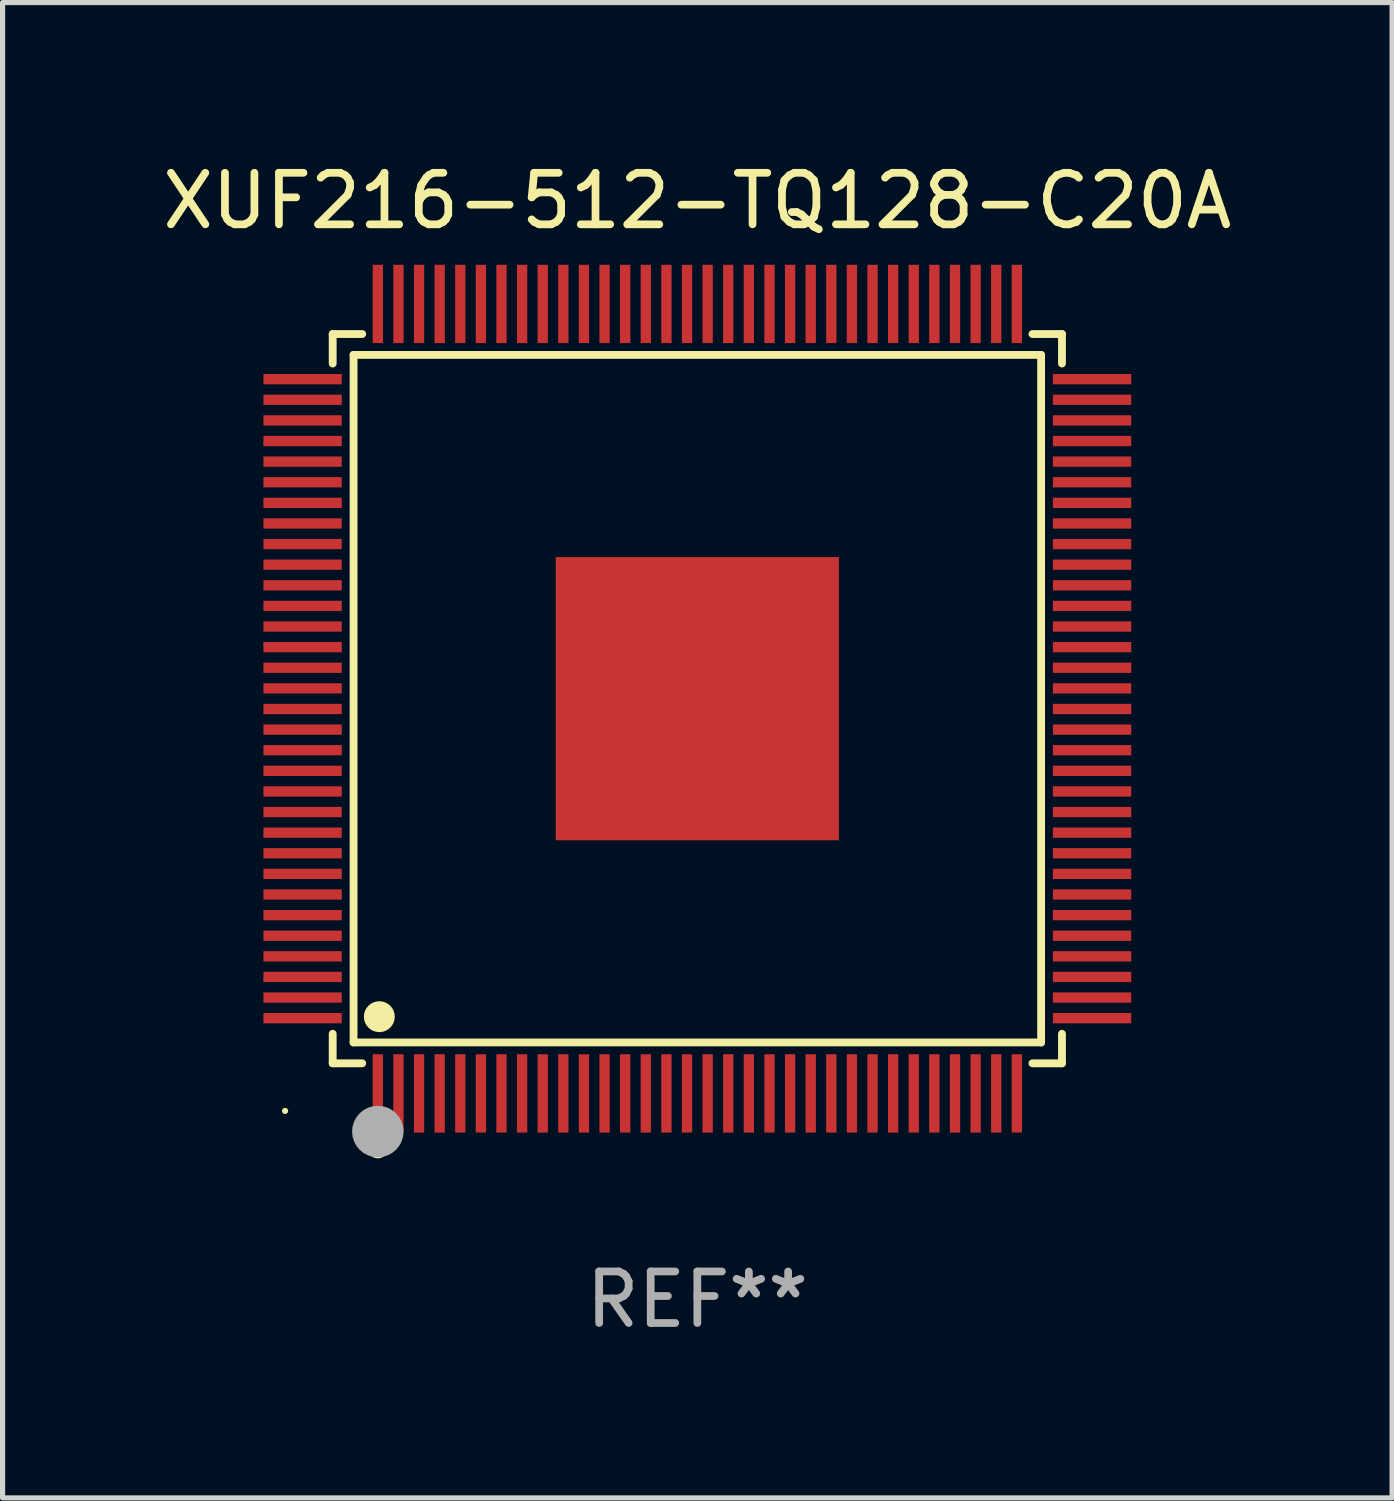
<source format=kicad_pcb>
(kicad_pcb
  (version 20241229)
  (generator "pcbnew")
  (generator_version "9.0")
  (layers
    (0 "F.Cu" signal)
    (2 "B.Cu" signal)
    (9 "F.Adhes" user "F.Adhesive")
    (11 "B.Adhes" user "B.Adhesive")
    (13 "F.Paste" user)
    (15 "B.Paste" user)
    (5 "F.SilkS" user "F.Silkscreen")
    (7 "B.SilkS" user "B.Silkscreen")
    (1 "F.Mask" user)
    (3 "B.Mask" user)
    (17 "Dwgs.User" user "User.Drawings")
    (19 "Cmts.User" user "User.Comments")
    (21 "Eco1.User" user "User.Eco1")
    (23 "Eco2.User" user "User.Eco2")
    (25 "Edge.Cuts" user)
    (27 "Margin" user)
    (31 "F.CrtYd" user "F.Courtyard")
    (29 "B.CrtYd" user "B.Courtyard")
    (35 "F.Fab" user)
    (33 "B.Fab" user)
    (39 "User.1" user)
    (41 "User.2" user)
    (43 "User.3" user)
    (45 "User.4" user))
  (footprint "XUF216-512-TQ128-C20A"
    (layer "F.Cu")
    (at 10.482 10.508)
    (property "Reference" "XUF216-512-TQ128-C20A" (at 0 -9.66 0) (layer "F.SilkS") (effects (font (size 1 1) (thickness 0.15))))
    (attr through_hole)
    (fp_line (start -7.076 -7.076) (end -6.503 -7.076) (stroke (width 0.152) (type solid)) (layer "F.SilkS"))
    (fp_line (start -7.076 -6.503) (end -7.076 -7.076) (stroke (width 0.152) (type solid)) (layer "F.SilkS"))
    (fp_line (start -7.076 6.503) (end -7.076 7.076) (stroke (width 0.152) (type solid)) (layer "F.SilkS"))
    (fp_line (start -7.076 7.076) (end -6.503 7.076) (stroke (width 0.152) (type solid)) (layer "F.SilkS"))
    (fp_line (start -6.671 -6.671) (end 6.671 -6.671) (stroke (width 0.152) (type solid)) (layer "F.SilkS"))
    (fp_line (start -6.671 6.671) (end -6.671 -6.671) (stroke (width 0.152) (type solid)) (layer "F.SilkS"))
    (fp_line (start 6.671 -6.671) (end 6.671 6.671) (stroke (width 0.152) (type solid)) (layer "F.SilkS"))
    (fp_line (start 6.671 6.671) (end -6.671 6.671) (stroke (width 0.152) (type solid)) (layer "F.SilkS"))
    (fp_line (start 7.076 -7.076) (end 6.503 -7.076) (stroke (width 0.152) (type solid)) (layer "F.SilkS"))
    (fp_line (start 7.076 -6.503) (end 7.076 -7.076) (stroke (width 0.152) (type solid)) (layer "F.SilkS"))
    (fp_line (start 7.076 6.503) (end 7.076 7.076) (stroke (width 0.152) (type solid)) (layer "F.SilkS"))
    (fp_line (start 7.076 7.076) (end 6.503 7.076) (stroke (width 0.152) (type solid)) (layer "F.SilkS"))
    (fp_circle (center -8 8) (end -7.97 8) (stroke (width 0.06) (type solid)) (fill no) (layer "F.SilkS"))
    (fp_circle (center -6.2 8.72) (end -6.1 8.72) (stroke (width 0.2) (type solid)) (fill no) (layer "F.SilkS"))
    (fp_circle (center -6.171 6.171) (end -6.021 6.171) (stroke (width 0.3) (type solid)) (fill no) (layer "F.SilkS"))
    (fp_circle (center -6.2 8.4) (end -5.95 8.4) (stroke (width 0.5) (type solid)) (fill no) (layer "F.Fab"))
    (fp_text user "REF**" (at 0 11.66 0) (layer "F.Fab") (effects (font (size 1 1) (thickness 0.15))))
    (pad "1" smd rect (at -6.2 7.66) (size 0.2 1.52) (layers "F.Cu" "F.Mask" "F.Paste"))
    (pad "2" smd rect (at -5.8 7.66) (size 0.2 1.52) (layers "F.Cu" "F.Mask" "F.Paste"))
    (pad "3" smd rect (at -5.4 7.66) (size 0.2 1.52) (layers "F.Cu" "F.Mask" "F.Paste"))
    (pad "4" smd rect (at -5 7.66) (size 0.2 1.52) (layers "F.Cu" "F.Mask" "F.Paste"))
    (pad "5" smd rect (at -4.6 7.66) (size 0.2 1.52) (layers "F.Cu" "F.Mask" "F.Paste"))
    (pad "6" smd rect (at -4.2 7.66) (size 0.2 1.52) (layers "F.Cu" "F.Mask" "F.Paste"))
    (pad "7" smd rect (at -3.8 7.66) (size 0.2 1.52) (layers "F.Cu" "F.Mask" "F.Paste"))
    (pad "8" smd rect (at -3.4 7.66) (size 0.2 1.52) (layers "F.Cu" "F.Mask" "F.Paste"))
    (pad "9" smd rect (at -3 7.66) (size 0.2 1.52) (layers "F.Cu" "F.Mask" "F.Paste"))
    (pad "10" smd rect (at -2.6 7.66) (size 0.2 1.52) (layers "F.Cu" "F.Mask" "F.Paste"))
    (pad "11" smd rect (at -2.2 7.66) (size 0.2 1.52) (layers "F.Cu" "F.Mask" "F.Paste"))
    (pad "12" smd rect (at -1.8 7.66) (size 0.2 1.52) (layers "F.Cu" "F.Mask" "F.Paste"))
    (pad "13" smd rect (at -1.4 7.66) (size 0.2 1.52) (layers "F.Cu" "F.Mask" "F.Paste"))
    (pad "14" smd rect (at -1 7.66) (size 0.2 1.52) (layers "F.Cu" "F.Mask" "F.Paste"))
    (pad "15" smd rect (at -0.6 7.66) (size 0.2 1.52) (layers "F.Cu" "F.Mask" "F.Paste"))
    (pad "16" smd rect (at -0.2 7.66) (size 0.2 1.52) (layers "F.Cu" "F.Mask" "F.Paste"))
    (pad "17" smd rect (at 0.2 7.66) (size 0.2 1.52) (layers "F.Cu" "F.Mask" "F.Paste"))
    (pad "18" smd rect (at 0.6 7.66) (size 0.2 1.52) (layers "F.Cu" "F.Mask" "F.Paste"))
    (pad "19" smd rect (at 1 7.66) (size 0.2 1.52) (layers "F.Cu" "F.Mask" "F.Paste"))
    (pad "20" smd rect (at 1.4 7.66) (size 0.2 1.52) (layers "F.Cu" "F.Mask" "F.Paste"))
    (pad "21" smd rect (at 1.8 7.66) (size 0.2 1.52) (layers "F.Cu" "F.Mask" "F.Paste"))
    (pad "22" smd rect (at 2.2 7.66) (size 0.2 1.52) (layers "F.Cu" "F.Mask" "F.Paste"))
    (pad "23" smd rect (at 2.6 7.66) (size 0.2 1.52) (layers "F.Cu" "F.Mask" "F.Paste"))
    (pad "24" smd rect (at 3 7.66) (size 0.2 1.52) (layers "F.Cu" "F.Mask" "F.Paste"))
    (pad "25" smd rect (at 3.4 7.66) (size 0.2 1.52) (layers "F.Cu" "F.Mask" "F.Paste"))
    (pad "26" smd rect (at 3.8 7.66) (size 0.2 1.52) (layers "F.Cu" "F.Mask" "F.Paste"))
    (pad "27" smd rect (at 4.2 7.66) (size 0.2 1.52) (layers "F.Cu" "F.Mask" "F.Paste"))
    (pad "28" smd rect (at 4.6 7.66) (size 0.2 1.52) (layers "F.Cu" "F.Mask" "F.Paste"))
    (pad "29" smd rect (at 5 7.66) (size 0.2 1.52) (layers "F.Cu" "F.Mask" "F.Paste"))
    (pad "30" smd rect (at 5.4 7.66) (size 0.2 1.52) (layers "F.Cu" "F.Mask" "F.Paste"))
    (pad "31" smd rect (at 5.8 7.66) (size 0.2 1.52) (layers "F.Cu" "F.Mask" "F.Paste"))
    (pad "32" smd rect (at 6.2 7.66) (size 0.2 1.52) (layers "F.Cu" "F.Mask" "F.Paste"))
    (pad "33" smd rect (at 7.66 6.2) (size 1.52 0.2) (layers "F.Cu" "F.Mask" "F.Paste"))
    (pad "34" smd rect (at 7.66 5.8) (size 1.52 0.2) (layers "F.Cu" "F.Mask" "F.Paste"))
    (pad "35" smd rect (at 7.66 5.4) (size 1.52 0.2) (layers "F.Cu" "F.Mask" "F.Paste"))
    (pad "36" smd rect (at 7.66 5) (size 1.52 0.2) (layers "F.Cu" "F.Mask" "F.Paste"))
    (pad "37" smd rect (at 7.66 4.6) (size 1.52 0.2) (layers "F.Cu" "F.Mask" "F.Paste"))
    (pad "38" smd rect (at 7.66 4.2) (size 1.52 0.2) (layers "F.Cu" "F.Mask" "F.Paste"))
    (pad "39" smd rect (at 7.66 3.8) (size 1.52 0.2) (layers "F.Cu" "F.Mask" "F.Paste"))
    (pad "40" smd rect (at 7.66 3.4) (size 1.52 0.2) (layers "F.Cu" "F.Mask" "F.Paste"))
    (pad "41" smd rect (at 7.66 3) (size 1.52 0.2) (layers "F.Cu" "F.Mask" "F.Paste"))
    (pad "42" smd rect (at 7.66 2.6) (size 1.52 0.2) (layers "F.Cu" "F.Mask" "F.Paste"))
    (pad "43" smd rect (at 7.66 2.2) (size 1.52 0.2) (layers "F.Cu" "F.Mask" "F.Paste"))
    (pad "44" smd rect (at 7.66 1.8) (size 1.52 0.2) (layers "F.Cu" "F.Mask" "F.Paste"))
    (pad "45" smd rect (at 7.66 1.4) (size 1.52 0.2) (layers "F.Cu" "F.Mask" "F.Paste"))
    (pad "46" smd rect (at 7.66 1) (size 1.52 0.2) (layers "F.Cu" "F.Mask" "F.Paste"))
    (pad "47" smd rect (at 7.66 0.6) (size 1.52 0.2) (layers "F.Cu" "F.Mask" "F.Paste"))
    (pad "48" smd rect (at 7.66 0.2) (size 1.52 0.2) (layers "F.Cu" "F.Mask" "F.Paste"))
    (pad "49" smd rect (at 7.66 -0.2) (size 1.52 0.2) (layers "F.Cu" "F.Mask" "F.Paste"))
    (pad "50" smd rect (at 7.66 -0.6) (size 1.52 0.2) (layers "F.Cu" "F.Mask" "F.Paste"))
    (pad "51" smd rect (at 7.66 -1) (size 1.52 0.2) (layers "F.Cu" "F.Mask" "F.Paste"))
    (pad "52" smd rect (at 7.66 -1.4) (size 1.52 0.2) (layers "F.Cu" "F.Mask" "F.Paste"))
    (pad "53" smd rect (at 7.66 -1.8) (size 1.52 0.2) (layers "F.Cu" "F.Mask" "F.Paste"))
    (pad "54" smd rect (at 7.66 -2.2) (size 1.52 0.2) (layers "F.Cu" "F.Mask" "F.Paste"))
    (pad "55" smd rect (at 7.66 -2.6) (size 1.52 0.2) (layers "F.Cu" "F.Mask" "F.Paste"))
    (pad "56" smd rect (at 7.66 -3) (size 1.52 0.2) (layers "F.Cu" "F.Mask" "F.Paste"))
    (pad "57" smd rect (at 7.66 -3.4) (size 1.52 0.2) (layers "F.Cu" "F.Mask" "F.Paste"))
    (pad "58" smd rect (at 7.66 -3.8) (size 1.52 0.2) (layers "F.Cu" "F.Mask" "F.Paste"))
    (pad "59" smd rect (at 7.66 -4.2) (size 1.52 0.2) (layers "F.Cu" "F.Mask" "F.Paste"))
    (pad "60" smd rect (at 7.66 -4.6) (size 1.52 0.2) (layers "F.Cu" "F.Mask" "F.Paste"))
    (pad "61" smd rect (at 7.66 -5) (size 1.52 0.2) (layers "F.Cu" "F.Mask" "F.Paste"))
    (pad "62" smd rect (at 7.66 -5.4) (size 1.52 0.2) (layers "F.Cu" "F.Mask" "F.Paste"))
    (pad "63" smd rect (at 7.66 -5.8) (size 1.52 0.2) (layers "F.Cu" "F.Mask" "F.Paste"))
    (pad "64" smd rect (at 7.66 -6.2) (size 1.52 0.2) (layers "F.Cu" "F.Mask" "F.Paste"))
    (pad "65" smd rect (at 6.2 -7.66) (size 0.2 1.52) (layers "F.Cu" "F.Mask" "F.Paste"))
    (pad "66" smd rect (at 5.8 -7.66) (size 0.2 1.52) (layers "F.Cu" "F.Mask" "F.Paste"))
    (pad "67" smd rect (at 5.4 -7.66) (size 0.2 1.52) (layers "F.Cu" "F.Mask" "F.Paste"))
    (pad "68" smd rect (at 5 -7.66) (size 0.2 1.52) (layers "F.Cu" "F.Mask" "F.Paste"))
    (pad "69" smd rect (at 4.6 -7.66) (size 0.2 1.52) (layers "F.Cu" "F.Mask" "F.Paste"))
    (pad "70" smd rect (at 4.2 -7.66) (size 0.2 1.52) (layers "F.Cu" "F.Mask" "F.Paste"))
    (pad "71" smd rect (at 3.8 -7.66) (size 0.2 1.52) (layers "F.Cu" "F.Mask" "F.Paste"))
    (pad "72" smd rect (at 3.4 -7.66) (size 0.2 1.52) (layers "F.Cu" "F.Mask" "F.Paste"))
    (pad "73" smd rect (at 3 -7.66) (size 0.2 1.52) (layers "F.Cu" "F.Mask" "F.Paste"))
    (pad "74" smd rect (at 2.6 -7.66) (size 0.2 1.52) (layers "F.Cu" "F.Mask" "F.Paste"))
    (pad "75" smd rect (at 2.2 -7.66) (size 0.2 1.52) (layers "F.Cu" "F.Mask" "F.Paste"))
    (pad "76" smd rect (at 1.8 -7.66) (size 0.2 1.52) (layers "F.Cu" "F.Mask" "F.Paste"))
    (pad "77" smd rect (at 1.4 -7.66) (size 0.2 1.52) (layers "F.Cu" "F.Mask" "F.Paste"))
    (pad "78" smd rect (at 1 -7.66) (size 0.2 1.52) (layers "F.Cu" "F.Mask" "F.Paste"))
    (pad "79" smd rect (at 0.6 -7.66) (size 0.2 1.52) (layers "F.Cu" "F.Mask" "F.Paste"))
    (pad "80" smd rect (at 0.2 -7.66) (size 0.2 1.52) (layers "F.Cu" "F.Mask" "F.Paste"))
    (pad "81" smd rect (at -0.2 -7.66) (size 0.2 1.52) (layers "F.Cu" "F.Mask" "F.Paste"))
    (pad "82" smd rect (at -0.6 -7.66) (size 0.2 1.52) (layers "F.Cu" "F.Mask" "F.Paste"))
    (pad "83" smd rect (at -1 -7.66) (size 0.2 1.52) (layers "F.Cu" "F.Mask" "F.Paste"))
    (pad "84" smd rect (at -1.4 -7.66) (size 0.2 1.52) (layers "F.Cu" "F.Mask" "F.Paste"))
    (pad "85" smd rect (at -1.8 -7.66) (size 0.2 1.52) (layers "F.Cu" "F.Mask" "F.Paste"))
    (pad "86" smd rect (at -2.2 -7.66) (size 0.2 1.52) (layers "F.Cu" "F.Mask" "F.Paste"))
    (pad "87" smd rect (at -2.6 -7.66) (size 0.2 1.52) (layers "F.Cu" "F.Mask" "F.Paste"))
    (pad "88" smd rect (at -3 -7.66) (size 0.2 1.52) (layers "F.Cu" "F.Mask" "F.Paste"))
    (pad "89" smd rect (at -3.4 -7.66) (size 0.2 1.52) (layers "F.Cu" "F.Mask" "F.Paste"))
    (pad "90" smd rect (at -3.8 -7.66) (size 0.2 1.52) (layers "F.Cu" "F.Mask" "F.Paste"))
    (pad "91" smd rect (at -4.2 -7.66) (size 0.2 1.52) (layers "F.Cu" "F.Mask" "F.Paste"))
    (pad "92" smd rect (at -4.6 -7.66) (size 0.2 1.52) (layers "F.Cu" "F.Mask" "F.Paste"))
    (pad "93" smd rect (at -5 -7.66) (size 0.2 1.52) (layers "F.Cu" "F.Mask" "F.Paste"))
    (pad "94" smd rect (at -5.4 -7.66) (size 0.2 1.52) (layers "F.Cu" "F.Mask" "F.Paste"))
    (pad "95" smd rect (at -5.8 -7.66) (size 0.2 1.52) (layers "F.Cu" "F.Mask" "F.Paste"))
    (pad "96" smd rect (at -6.2 -7.66) (size 0.2 1.52) (layers "F.Cu" "F.Mask" "F.Paste"))
    (pad "97" smd rect (at -7.66 -6.2) (size 1.52 0.2) (layers "F.Cu" "F.Mask" "F.Paste"))
    (pad "98" smd rect (at -7.66 -5.8) (size 1.52 0.2) (layers "F.Cu" "F.Mask" "F.Paste"))
    (pad "99" smd rect (at -7.66 -5.4) (size 1.52 0.2) (layers "F.Cu" "F.Mask" "F.Paste"))
    (pad "100" smd rect (at -7.66 -5) (size 1.52 0.2) (layers "F.Cu" "F.Mask" "F.Paste"))
    (pad "101" smd rect (at -7.66 -4.6) (size 1.52 0.2) (layers "F.Cu" "F.Mask" "F.Paste"))
    (pad "102" smd rect (at -7.66 -4.2) (size 1.52 0.2) (layers "F.Cu" "F.Mask" "F.Paste"))
    (pad "103" smd rect (at -7.66 -3.8) (size 1.52 0.2) (layers "F.Cu" "F.Mask" "F.Paste"))
    (pad "104" smd rect (at -7.66 -3.4) (size 1.52 0.2) (layers "F.Cu" "F.Mask" "F.Paste"))
    (pad "105" smd rect (at -7.66 -3) (size 1.52 0.2) (layers "F.Cu" "F.Mask" "F.Paste"))
    (pad "106" smd rect (at -7.66 -2.6) (size 1.52 0.2) (layers "F.Cu" "F.Mask" "F.Paste"))
    (pad "107" smd rect (at -7.66 -2.2) (size 1.52 0.2) (layers "F.Cu" "F.Mask" "F.Paste"))
    (pad "108" smd rect (at -7.66 -1.8) (size 1.52 0.2) (layers "F.Cu" "F.Mask" "F.Paste"))
    (pad "109" smd rect (at -7.66 -1.4) (size 1.52 0.2) (layers "F.Cu" "F.Mask" "F.Paste"))
    (pad "110" smd rect (at -7.66 -1) (size 1.52 0.2) (layers "F.Cu" "F.Mask" "F.Paste"))
    (pad "111" smd rect (at -7.66 -0.6) (size 1.52 0.2) (layers "F.Cu" "F.Mask" "F.Paste"))
    (pad "112" smd rect (at -7.66 -0.2) (size 1.52 0.2) (layers "F.Cu" "F.Mask" "F.Paste"))
    (pad "113" smd rect (at -7.66 0.2) (size 1.52 0.2) (layers "F.Cu" "F.Mask" "F.Paste"))
    (pad "114" smd rect (at -7.66 0.6) (size 1.52 0.2) (layers "F.Cu" "F.Mask" "F.Paste"))
    (pad "115" smd rect (at -7.66 1) (size 1.52 0.2) (layers "F.Cu" "F.Mask" "F.Paste"))
    (pad "116" smd rect (at -7.66 1.4) (size 1.52 0.2) (layers "F.Cu" "F.Mask" "F.Paste"))
    (pad "117" smd rect (at -7.66 1.8) (size 1.52 0.2) (layers "F.Cu" "F.Mask" "F.Paste"))
    (pad "118" smd rect (at -7.66 2.2) (size 1.52 0.2) (layers "F.Cu" "F.Mask" "F.Paste"))
    (pad "119" smd rect (at -7.66 2.6) (size 1.52 0.2) (layers "F.Cu" "F.Mask" "F.Paste"))
    (pad "120" smd rect (at -7.66 3) (size 1.52 0.2) (layers "F.Cu" "F.Mask" "F.Paste"))
    (pad "121" smd rect (at -7.66 3.4) (size 1.52 0.2) (layers "F.Cu" "F.Mask" "F.Paste"))
    (pad "122" smd rect (at -7.66 3.8) (size 1.52 0.2) (layers "F.Cu" "F.Mask" "F.Paste"))
    (pad "123" smd rect (at -7.66 4.2) (size 1.52 0.2) (layers "F.Cu" "F.Mask" "F.Paste"))
    (pad "124" smd rect (at -7.66 4.6) (size 1.52 0.2) (layers "F.Cu" "F.Mask" "F.Paste"))
    (pad "125" smd rect (at -7.66 5) (size 1.52 0.2) (layers "F.Cu" "F.Mask" "F.Paste"))
    (pad "126" smd rect (at -7.66 5.4) (size 1.52 0.2) (layers "F.Cu" "F.Mask" "F.Paste"))
    (pad "127" smd rect (at -7.66 5.8) (size 1.52 0.2) (layers "F.Cu" "F.Mask" "F.Paste"))
    (pad "128" smd rect (at -7.66 6.2) (size 1.52 0.2) (layers "F.Cu" "F.Mask" "F.Paste"))
    (pad "129" smd rect (at 0 0) (size 5.495 5.495) (layers "F.Cu" "F.Mask" "F.Paste")))
  (gr_rect
    (start -3 -3)
    (end 23.964 26.017)
    (stroke (width 0.1) (type default))
    (fill no)
    (layer "Edge.Cuts")))
</source>
